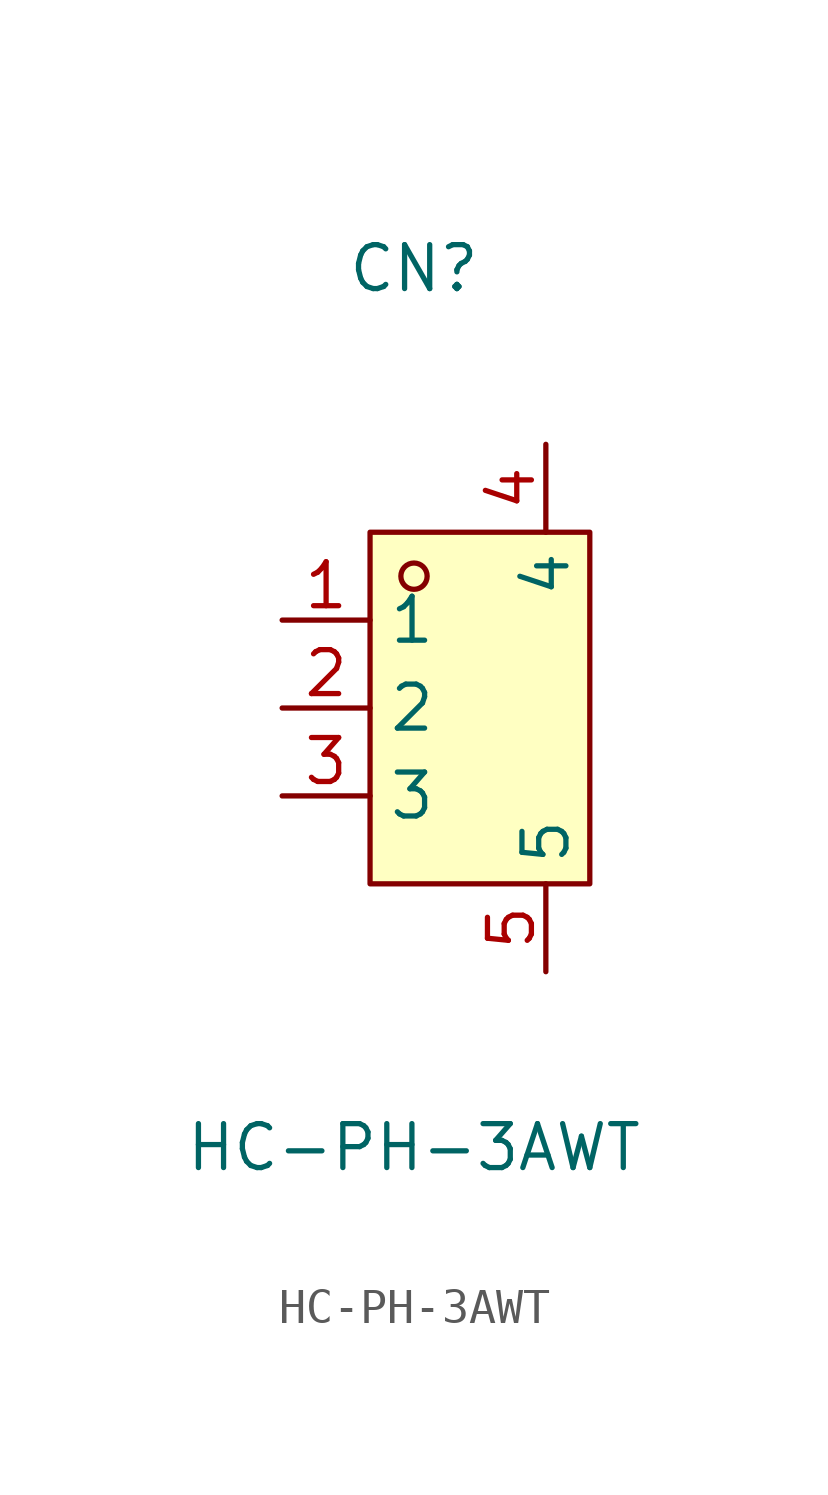
<source format=kicad_sym>
(kicad_symbol_lib
  (version 20211014)
  (generator https://github.com/uPesy/easyeda2kicad.py)
  (symbol "HC-PH-3AWT"
    (property "Reference" "CN"
      (at 0 12.70 0)
      (effects (font (size 1.27 1.27))))
    (property "Value" "HC-PH-3AWT"
      (at 0 -12.70 0)
      (effects (font (size 1.27 1.27))))
    (symbol "HC-PH-3AWT_0_1"
      (rectangle (start -1.27 5.08) (end 5.08 -5.08) (stroke (width 0) (type default) (color 0 0 0 0)) (fill (type background)))
      (circle (center 0.00 3.81) (radius 0.38) (stroke (width 0) (type default) (color 0 0 0 0)) (fill (type none)))
      (pin unspecified line (at -3.81 2.54 0) (length 2.54) (name "1" (effects (font (size 1.27 1.27)))) (number "1" (effects (font (size 1.27 1.27)))))
      (pin unspecified line (at -3.81 -0.00 0) (length 2.54) (name "2" (effects (font (size 1.27 1.27)))) (number "2" (effects (font (size 1.27 1.27)))))
      (pin unspecified line (at -3.81 -2.54 0) (length 2.54) (name "3" (effects (font (size 1.27 1.27)))) (number "3" (effects (font (size 1.27 1.27)))))
      (pin unspecified line (at 3.81 7.62 270) (length 2.54) (name "4" (effects (font (size 1.27 1.27)))) (number "4" (effects (font (size 1.27 1.27)))))
      (pin unspecified line (at 3.81 -7.62 90) (length 2.54) (name "5" (effects (font (size 1.27 1.27)))) (number "5" (effects (font (size 1.27 1.27))))))))
</source>
